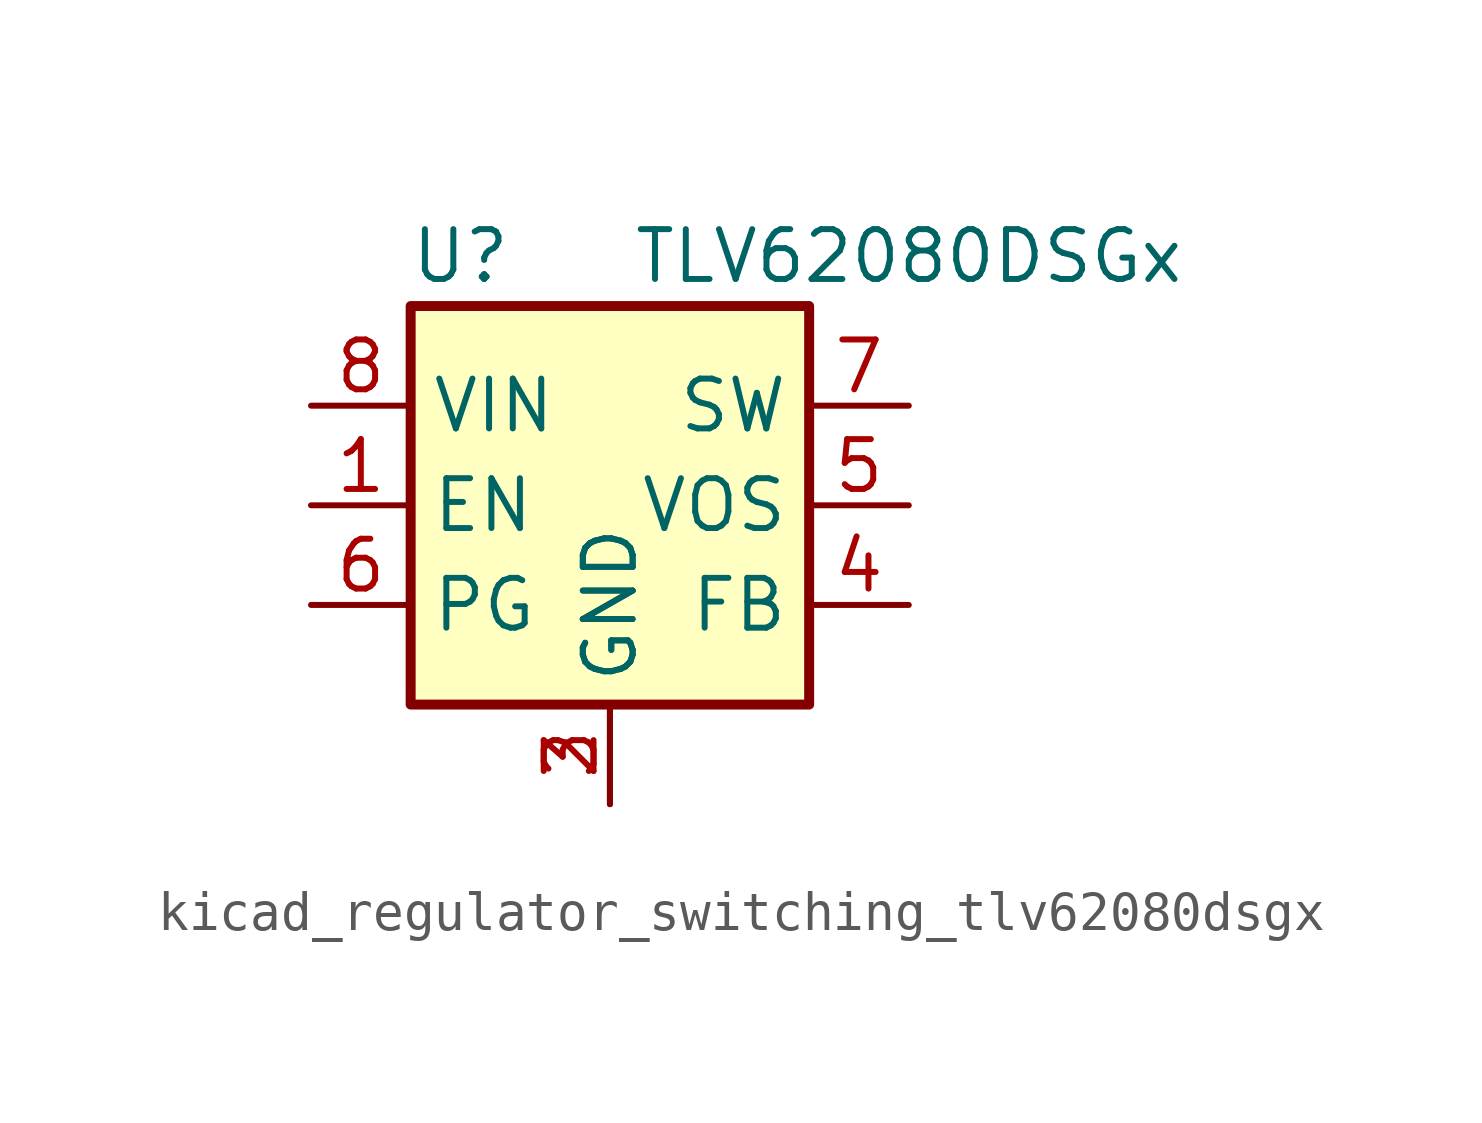
<source format=kicad_sym>
(kicad_symbol_lib
  (version 20220914)
  (generator kicad_symbol_editor)
  (symbol "kicad_regulator_switching_tlv62080dsgx"
    (property "Reference" "U"
      (at -3.81 6.35 0)
      (effects (font (size 1.27 1.27))))
    (property "Value" "TLV62080DSGx"
      (at 7.62 6.35 0)
      (effects (font (size 1.27 1.27))))
    (symbol "kicad_regulator_switching_tlv62080dsgx_0_1"
      (rectangle (start -5.08 -5.08) (end 5.08 5.08) (stroke (width 0.254) (type default)) (fill (type background)))
      (pin input line (at -7.62 0 0) (length 2.54) (name "EN" (effects (font (size 1.27 1.27)))) (number "1" (effects (font (size 1.27 1.27)))))
      (pin power_in line (at 0 -7.62 90) (length 2.54) (name "GND" (effects (font (size 1.27 1.27)))) (number "2" (effects (font (size 1.27 1.27)))))
      (pin power_in line (at 0 -7.62 90) (length 2.54) (name "GND" (effects (font (size 1.27 1.27)))) (number "3" (effects (font (size 1.27 1.27)))))
      (pin input line (at 7.62 -2.54 180) (length 2.54) (name "FB" (effects (font (size 1.27 1.27)))) (number "4" (effects (font (size 1.27 1.27)))))
      (pin input line (at 7.62 0 180) (length 2.54) (name "VOS" (effects (font (size 1.27 1.27)))) (number "5" (effects (font (size 1.27 1.27)))))
      (pin open_collector line (at -7.62 -2.54 0) (length 2.54) (name "PG" (effects (font (size 1.27 1.27)))) (number "6" (effects (font (size 1.27 1.27)))))
      (pin power_out line (at 7.62 2.54 180) (length 2.54) (name "SW" (effects (font (size 1.27 1.27)))) (number "7" (effects (font (size 1.27 1.27)))))
      (pin power_in line (at -7.62 2.54 0) (length 2.54) (name "VIN" (effects (font (size 1.27 1.27)))) (number "8" (effects (font (size 1.27 1.27)))))
      (pin passive line (at 0 -7.62 90) (length 2.54) hide (name "GND" (effects (font (size 1.27 1.27)))) (number "9" (effects (font (size 1.27 1.27))))))))
</source>
